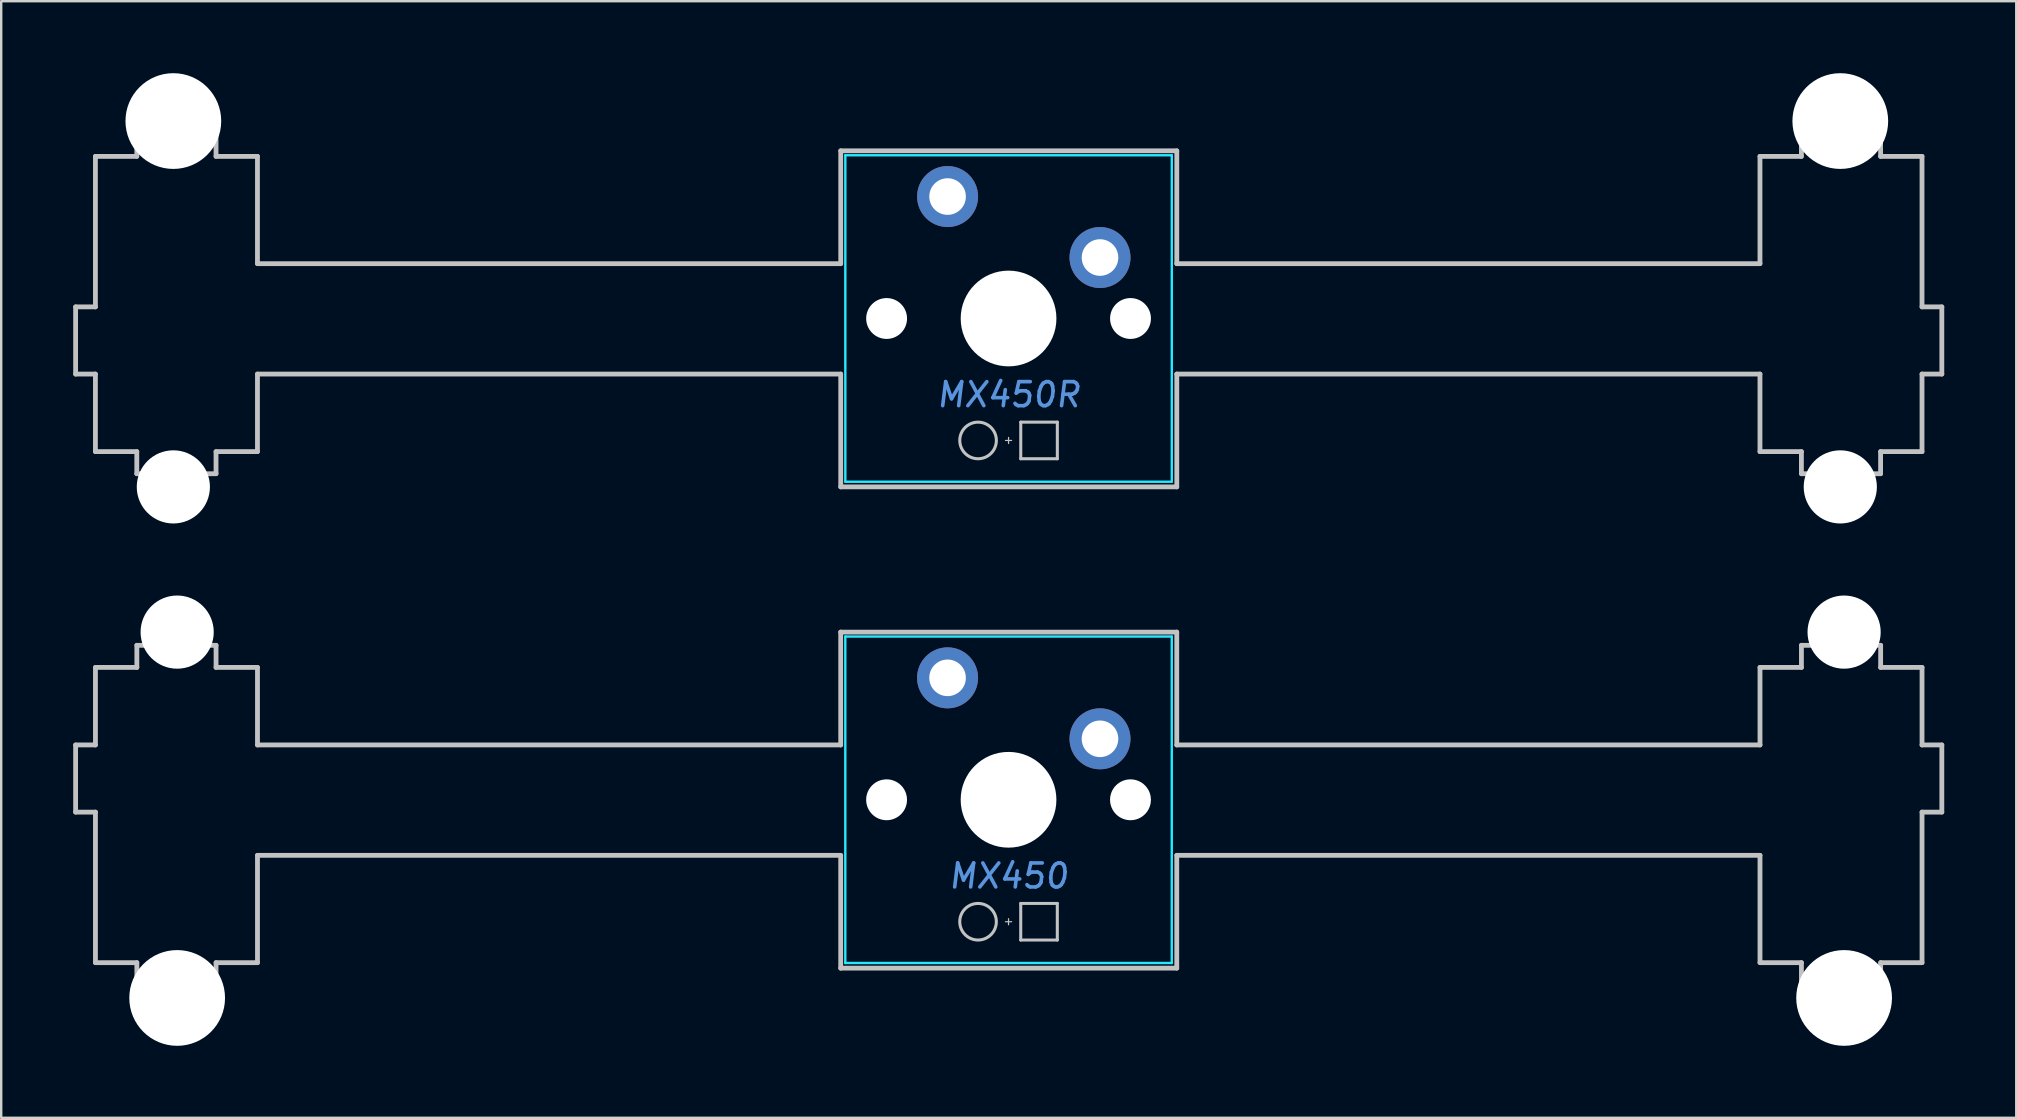
<source format=kicad_pcb>
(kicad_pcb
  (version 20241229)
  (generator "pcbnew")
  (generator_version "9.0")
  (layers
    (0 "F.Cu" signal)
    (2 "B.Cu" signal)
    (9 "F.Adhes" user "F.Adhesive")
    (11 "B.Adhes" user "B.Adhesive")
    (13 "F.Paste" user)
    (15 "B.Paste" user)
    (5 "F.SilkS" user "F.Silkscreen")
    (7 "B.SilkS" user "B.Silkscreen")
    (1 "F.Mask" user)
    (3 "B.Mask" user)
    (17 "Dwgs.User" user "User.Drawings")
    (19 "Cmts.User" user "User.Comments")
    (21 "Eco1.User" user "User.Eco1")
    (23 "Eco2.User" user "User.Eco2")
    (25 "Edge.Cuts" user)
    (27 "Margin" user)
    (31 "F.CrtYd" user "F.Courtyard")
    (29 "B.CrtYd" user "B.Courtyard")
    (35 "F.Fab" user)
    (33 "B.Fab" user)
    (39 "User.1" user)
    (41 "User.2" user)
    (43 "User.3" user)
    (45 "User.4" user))
  (footprint "MX450"
    (layer "F.Cu")
    (at 38.963 30.267)
    (property "Reference" "MX450" (at 0 3.175 0) (layer "Cmts.User") (effects (font (size 1 1) (thickness 0.15) (italic yes))))
    (attr through_hole)
    (fp_line (start -38.863 -2.284) (end -38.863 0.514) (stroke (width 0.2) (type solid)) (layer "Dwgs.User"))
    (fp_line (start -38.863 0.514) (end -38.037 0.514) (stroke (width 0.2) (type solid)) (layer "Dwgs.User"))
    (fp_line (start -38.037 -5.514) (end -38.037 -2.284) (stroke (width 0.2) (type solid)) (layer "Dwgs.User"))
    (fp_line (start -38.037 -2.284) (end -38.863 -2.284) (stroke (width 0.2) (type solid)) (layer "Dwgs.User"))
    (fp_line (start -38.037 0.514) (end -38.037 6.784) (stroke (width 0.2) (type solid)) (layer "Dwgs.User"))
    (fp_line (start -38.037 6.784) (end -36.312 6.784) (stroke (width 0.2) (type solid)) (layer "Dwgs.User"))
    (fp_line (start -36.312 -6.435) (end -36.312 -5.514) (stroke (width 0.2) (type solid)) (layer "Dwgs.User"))
    (fp_line (start -36.312 -5.514) (end -38.037 -5.514) (stroke (width 0.2) (type solid)) (layer "Dwgs.User"))
    (fp_line (start -36.312 6.784) (end -36.312 7.764) (stroke (width 0.2) (type solid)) (layer "Dwgs.User"))
    (fp_line (start -36.312 7.764) (end -33.013 7.764) (stroke (width 0.2) (type solid)) (layer "Dwgs.User"))
    (fp_line (start -33.013 -6.435) (end -36.312 -6.435) (stroke (width 0.2) (type solid)) (layer "Dwgs.User"))
    (fp_line (start -33.013 -5.514) (end -33.013 -6.435) (stroke (width 0.2) (type solid)) (layer "Dwgs.User"))
    (fp_line (start -33.013 6.784) (end -31.287 6.784) (stroke (width 0.2) (type solid)) (layer "Dwgs.User"))
    (fp_line (start -33.013 7.764) (end -33.013 6.784) (stroke (width 0.2) (type solid)) (layer "Dwgs.User"))
    (fp_line (start -31.287 -5.514) (end -33.013 -5.514) (stroke (width 0.2) (type solid)) (layer "Dwgs.User"))
    (fp_line (start -31.287 -2.284) (end -31.287 -5.514) (stroke (width 0.2) (type solid)) (layer "Dwgs.User"))
    (fp_line (start -31.287 2.315) (end -6.991 2.315) (stroke (width 0.2) (type solid)) (layer "Dwgs.User"))
    (fp_line (start -31.287 6.784) (end -31.287 2.315) (stroke (width 0.2) (type solid)) (layer "Dwgs.User"))
    (fp_line (start -6.991 -6.985) (end -6.991 -2.284) (stroke (width 0.2) (type solid)) (layer "Dwgs.User"))
    (fp_line (start -6.991 -2.284) (end -31.287 -2.284) (stroke (width 0.2) (type solid)) (layer "Dwgs.User"))
    (fp_line (start -6.991 2.315) (end -6.991 7.014) (stroke (width 0.2) (type solid)) (layer "Dwgs.User"))
    (fp_line (start -6.991 7.014) (end 7.008 7.014) (stroke (width 0.2) (type solid)) (layer "Dwgs.User"))
    (fp_line (start -0.127 5.08) (end 0.127 5.08) (stroke (width 0.051) (type solid)) (layer "Dwgs.User"))
    (fp_line (start 0 5.207) (end 0 4.953) (stroke (width 0.051) (type solid)) (layer "Dwgs.User"))
    (fp_line (start 0.508 4.318) (end 0.508 5.842) (stroke (width 0.127) (type solid)) (layer "Dwgs.User"))
    (fp_line (start 0.508 4.318) (end 2.032 4.318) (stroke (width 0.127) (type solid)) (layer "Dwgs.User"))
    (fp_line (start 0.508 5.842) (end 2.032 5.842) (stroke (width 0.127) (type solid)) (layer "Dwgs.User"))
    (fp_line (start 2.032 5.842) (end 2.032 4.318) (stroke (width 0.127) (type solid)) (layer "Dwgs.User"))
    (fp_line (start 7.008 -6.985) (end -6.991 -6.985) (stroke (width 0.2) (type solid)) (layer "Dwgs.User"))
    (fp_line (start 7.008 -2.284) (end 7.008 -6.985) (stroke (width 0.2) (type solid)) (layer "Dwgs.User"))
    (fp_line (start 7.008 2.315) (end 31.304 2.315) (stroke (width 0.2) (type solid)) (layer "Dwgs.User"))
    (fp_line (start 7.008 7.014) (end 7.008 2.315) (stroke (width 0.2) (type solid)) (layer "Dwgs.User"))
    (fp_line (start 31.304 -5.514) (end 31.304 -2.284) (stroke (width 0.2) (type solid)) (layer "Dwgs.User"))
    (fp_line (start 31.304 -2.284) (end 7.008 -2.284) (stroke (width 0.2) (type solid)) (layer "Dwgs.User"))
    (fp_line (start 31.304 2.315) (end 31.304 6.784) (stroke (width 0.2) (type solid)) (layer "Dwgs.User"))
    (fp_line (start 31.304 6.784) (end 33.03 6.784) (stroke (width 0.2) (type solid)) (layer "Dwgs.User"))
    (fp_line (start 33.03 -6.435) (end 33.03 -5.514) (stroke (width 0.2) (type solid)) (layer "Dwgs.User"))
    (fp_line (start 33.03 -5.514) (end 31.304 -5.514) (stroke (width 0.2) (type solid)) (layer "Dwgs.User"))
    (fp_line (start 33.03 6.784) (end 33.03 7.764) (stroke (width 0.2) (type solid)) (layer "Dwgs.User"))
    (fp_line (start 33.03 7.764) (end 36.33 7.764) (stroke (width 0.2) (type solid)) (layer "Dwgs.User"))
    (fp_line (start 36.33 -6.435) (end 33.03 -6.435) (stroke (width 0.2) (type solid)) (layer "Dwgs.User"))
    (fp_line (start 36.33 -5.514) (end 36.33 -6.435) (stroke (width 0.2) (type solid)) (layer "Dwgs.User"))
    (fp_line (start 36.33 6.784) (end 38.054 6.784) (stroke (width 0.2) (type solid)) (layer "Dwgs.User"))
    (fp_line (start 36.33 7.764) (end 36.33 6.784) (stroke (width 0.2) (type solid)) (layer "Dwgs.User"))
    (fp_line (start 38.054 -5.514) (end 36.33 -5.514) (stroke (width 0.2) (type solid)) (layer "Dwgs.User"))
    (fp_line (start 38.054 -2.284) (end 38.054 -5.514) (stroke (width 0.2) (type solid)) (layer "Dwgs.User"))
    (fp_line (start 38.054 0.514) (end 38.879 0.514) (stroke (width 0.2) (type solid)) (layer "Dwgs.User"))
    (fp_line (start 38.054 6.784) (end 38.054 0.514) (stroke (width 0.2) (type solid)) (layer "Dwgs.User"))
    (fp_line (start 38.879 -2.284) (end 38.054 -2.284) (stroke (width 0.2) (type solid)) (layer "Dwgs.User"))
    (fp_line (start 38.879 0.514) (end 38.879 -2.284) (stroke (width 0.2) (type solid)) (layer "Dwgs.User"))
    (fp_circle (center -1.27 5.08) (end -0.508 5.08) (stroke (width 0.127) (type solid)) (fill no) (layer "Dwgs.User"))
    (fp_line (start -6.8 -6.8) (end -6.8 6.8) (stroke (width 0.1) (type solid)) (layer "B.CrtYd"))
    (fp_line (start -6.8 -6.8) (end 6.8 -6.8) (stroke (width 0.1) (type solid)) (layer "B.CrtYd"))
    (fp_line (start -6.8 6.8) (end 6.8 6.8) (stroke (width 0.1) (type solid)) (layer "B.CrtYd"))
    (fp_line (start 6.8 6.8) (end 6.8 -6.8) (stroke (width 0.1) (type solid)) (layer "B.CrtYd"))
    (pad "" np_thru_hole circle (at -34.633 -6.985 180) (size 3.048 3.048) (drill 3.048) (layers "*.Cu" "*.Mask"))
    (pad "" np_thru_hole circle (at -34.633 8.255 180) (size 3.988 3.988) (drill 3.988) (layers "*.Cu" "*.Mask"))
    (pad "" np_thru_hole circle (at -5.08 0) (size 1.702 1.702) (drill 1.702) (layers "*.Cu" "*.Mask"))
    (pad "" connect circle (at -2.54 -5.08) (size 1.524 1.524) (layers "B.Mask"))
    (pad "" np_thru_hole circle (at 0 0) (size 3.988 3.988) (drill 3.988) (layers "*.Cu" "*.Mask"))
    (pad "" connect circle (at 3.81 -2.54) (size 1.524 1.524) (layers "B.Mask"))
    (pad "" np_thru_hole circle (at 5.08 0) (size 1.702 1.702) (drill 1.702) (layers "*.Cu" "*.Mask"))
    (pad "" np_thru_hole circle (at 34.808 -6.985 180) (size 3.048 3.048) (drill 3.048) (layers "*.Cu" "*.Mask"))
    (pad "" np_thru_hole circle (at 34.808 8.255 180) (size 3.988 3.988) (drill 3.988) (layers "*.Cu" "*.Mask"))
    (pad "1" thru_hole circle (at -2.54 -5.08) (size 2.54 2.54) (drill 1.524) (layers "*.Cu" "F.Mask"))
    (pad "2" thru_hole circle (at 3.81 -2.54) (size 2.54 2.54) (drill 1.524) (layers "*.Cu" "F.Mask")))
  (footprint "MX450R"
    (layer "F.Cu")
    (at 38.964 10.218)
    (property "Reference" "MX450R" (at 0 3.175 0) (layer "Cmts.User") (effects (font (size 1 1) (thickness 0.15) (italic yes))))
    (attr through_hole)
    (fp_line (start -38.864 -0.484) (end -38.864 2.315) (stroke (width 0.2) (type solid)) (layer "Dwgs.User"))
    (fp_line (start -38.864 2.315) (end -38.039 2.315) (stroke (width 0.2) (type solid)) (layer "Dwgs.User"))
    (fp_line (start -38.039 -6.754) (end -38.039 -0.484) (stroke (width 0.2) (type solid)) (layer "Dwgs.User"))
    (fp_line (start -38.039 -0.484) (end -38.864 -0.484) (stroke (width 0.2) (type solid)) (layer "Dwgs.User"))
    (fp_line (start -38.039 2.315) (end -38.039 5.545) (stroke (width 0.2) (type solid)) (layer "Dwgs.User"))
    (fp_line (start -38.039 5.545) (end -36.315 5.545) (stroke (width 0.2) (type solid)) (layer "Dwgs.User"))
    (fp_line (start -36.315 -7.734) (end -36.315 -6.754) (stroke (width 0.2) (type solid)) (layer "Dwgs.User"))
    (fp_line (start -36.315 -6.754) (end -38.039 -6.754) (stroke (width 0.2) (type solid)) (layer "Dwgs.User"))
    (fp_line (start -36.315 5.545) (end -36.315 6.466) (stroke (width 0.2) (type solid)) (layer "Dwgs.User"))
    (fp_line (start -36.315 6.466) (end -33.015 6.466) (stroke (width 0.2) (type solid)) (layer "Dwgs.User"))
    (fp_line (start -33.015 -7.734) (end -36.315 -7.734) (stroke (width 0.2) (type solid)) (layer "Dwgs.User"))
    (fp_line (start -33.015 -6.754) (end -33.015 -7.734) (stroke (width 0.2) (type solid)) (layer "Dwgs.User"))
    (fp_line (start -33.015 5.545) (end -31.289 5.545) (stroke (width 0.2) (type solid)) (layer "Dwgs.User"))
    (fp_line (start -33.015 6.466) (end -33.015 5.545) (stroke (width 0.2) (type solid)) (layer "Dwgs.User"))
    (fp_line (start -31.289 -6.754) (end -33.015 -6.754) (stroke (width 0.2) (type solid)) (layer "Dwgs.User"))
    (fp_line (start -31.289 -2.285) (end -31.289 -6.754) (stroke (width 0.2) (type solid)) (layer "Dwgs.User"))
    (fp_line (start -31.289 2.315) (end -6.993 2.315) (stroke (width 0.2) (type solid)) (layer "Dwgs.User"))
    (fp_line (start -31.289 5.545) (end -31.289 2.315) (stroke (width 0.2) (type solid)) (layer "Dwgs.User"))
    (fp_line (start -6.993 -2.285) (end -31.289 -2.285) (stroke (width 0.2) (type solid)) (layer "Dwgs.User"))
    (fp_line (start -6.991 -6.985) (end -6.991 -2.284) (stroke (width 0.2) (type solid)) (layer "Dwgs.User"))
    (fp_line (start -6.991 2.315) (end -6.991 7.014) (stroke (width 0.2) (type solid)) (layer "Dwgs.User"))
    (fp_line (start -6.991 7.014) (end 7.008 7.014) (stroke (width 0.2) (type solid)) (layer "Dwgs.User"))
    (fp_line (start -0.127 5.08) (end 0.127 5.08) (stroke (width 0.051) (type solid)) (layer "Dwgs.User"))
    (fp_line (start 0 5.207) (end 0 4.953) (stroke (width 0.051) (type solid)) (layer "Dwgs.User"))
    (fp_line (start 0.508 4.318) (end 0.508 5.842) (stroke (width 0.127) (type solid)) (layer "Dwgs.User"))
    (fp_line (start 0.508 4.318) (end 2.032 4.318) (stroke (width 0.127) (type solid)) (layer "Dwgs.User"))
    (fp_line (start 0.508 5.842) (end 2.032 5.842) (stroke (width 0.127) (type solid)) (layer "Dwgs.User"))
    (fp_line (start 2.032 5.842) (end 2.032 4.318) (stroke (width 0.127) (type solid)) (layer "Dwgs.User"))
    (fp_line (start 7.006 2.315) (end 31.302 2.315) (stroke (width 0.2) (type solid)) (layer "Dwgs.User"))
    (fp_line (start 7.008 -6.985) (end -6.991 -6.985) (stroke (width 0.2) (type solid)) (layer "Dwgs.User"))
    (fp_line (start 7.008 -2.284) (end 7.008 -6.985) (stroke (width 0.2) (type solid)) (layer "Dwgs.User"))
    (fp_line (start 7.008 7.014) (end 7.008 2.315) (stroke (width 0.2) (type solid)) (layer "Dwgs.User"))
    (fp_line (start 31.302 -6.754) (end 31.302 -2.285) (stroke (width 0.2) (type solid)) (layer "Dwgs.User"))
    (fp_line (start 31.302 -2.285) (end 7.006 -2.285) (stroke (width 0.2) (type solid)) (layer "Dwgs.User"))
    (fp_line (start 31.302 2.315) (end 31.302 5.545) (stroke (width 0.2) (type solid)) (layer "Dwgs.User"))
    (fp_line (start 31.302 5.545) (end 33.028 5.545) (stroke (width 0.2) (type solid)) (layer "Dwgs.User"))
    (fp_line (start 33.028 -7.734) (end 33.028 -6.754) (stroke (width 0.2) (type solid)) (layer "Dwgs.User"))
    (fp_line (start 33.028 -6.754) (end 31.302 -6.754) (stroke (width 0.2) (type solid)) (layer "Dwgs.User"))
    (fp_line (start 33.028 5.545) (end 33.028 6.466) (stroke (width 0.2) (type solid)) (layer "Dwgs.User"))
    (fp_line (start 33.028 6.466) (end 36.327 6.466) (stroke (width 0.2) (type solid)) (layer "Dwgs.User"))
    (fp_line (start 36.327 -7.734) (end 33.028 -7.734) (stroke (width 0.2) (type solid)) (layer "Dwgs.User"))
    (fp_line (start 36.327 -6.754) (end 36.327 -7.734) (stroke (width 0.2) (type solid)) (layer "Dwgs.User"))
    (fp_line (start 36.327 5.545) (end 38.052 5.545) (stroke (width 0.2) (type solid)) (layer "Dwgs.User"))
    (fp_line (start 36.327 6.466) (end 36.327 5.545) (stroke (width 0.2) (type solid)) (layer "Dwgs.User"))
    (fp_line (start 38.052 -6.754) (end 36.327 -6.754) (stroke (width 0.2) (type solid)) (layer "Dwgs.User"))
    (fp_line (start 38.052 -0.484) (end 38.052 -6.754) (stroke (width 0.2) (type solid)) (layer "Dwgs.User"))
    (fp_line (start 38.052 2.315) (end 38.878 2.315) (stroke (width 0.2) (type solid)) (layer "Dwgs.User"))
    (fp_line (start 38.052 5.545) (end 38.052 2.315) (stroke (width 0.2) (type solid)) (layer "Dwgs.User"))
    (fp_line (start 38.878 -0.484) (end 38.052 -0.484) (stroke (width 0.2) (type solid)) (layer "Dwgs.User"))
    (fp_line (start 38.878 2.315) (end 38.878 -0.484) (stroke (width 0.2) (type solid)) (layer "Dwgs.User"))
    (fp_circle (center -1.27 5.08) (end -0.508 5.08) (stroke (width 0.127) (type solid)) (fill no) (layer "Dwgs.User"))
    (fp_line (start -6.8 -6.8) (end -6.8 6.8) (stroke (width 0.1) (type solid)) (layer "B.CrtYd"))
    (fp_line (start -6.8 -6.8) (end 6.8 -6.8) (stroke (width 0.1) (type solid)) (layer "B.CrtYd"))
    (fp_line (start -6.8 6.8) (end 6.8 6.8) (stroke (width 0.1) (type solid)) (layer "B.CrtYd"))
    (fp_line (start 6.8 6.8) (end 6.8 -6.8) (stroke (width 0.1) (type solid)) (layer "B.CrtYd"))
    (pad "" np_thru_hole circle (at -34.793 -8.225) (size 3.988 3.988) (drill 3.988) (layers "*.Cu" "*.Mask"))
    (pad "" np_thru_hole circle (at -34.793 7.015) (size 3.048 3.048) (drill 3.048) (layers "*.Cu" "*.Mask"))
    (pad "" np_thru_hole circle (at -5.08 0) (size 1.702 1.702) (drill 1.702) (layers "*.Cu" "*.Mask"))
    (pad "" connect circle (at -2.54 -5.08) (size 1.524 1.524) (layers "B.Mask"))
    (pad "" np_thru_hole circle (at 0 0) (size 3.988 3.988) (drill 3.988) (layers "*.Cu" "*.Mask"))
    (pad "" connect circle (at 3.81 -2.54) (size 1.524 1.524) (layers "B.Mask"))
    (pad "" np_thru_hole circle (at 5.08 0) (size 1.702 1.702) (drill 1.702) (layers "*.Cu" "*.Mask"))
    (pad "" np_thru_hole circle (at 34.648 -8.225) (size 3.988 3.988) (drill 3.988) (layers "*.Cu" "*.Mask"))
    (pad "" np_thru_hole circle (at 34.648 7.015) (size 3.048 3.048) (drill 3.048) (layers "*.Cu" "*.Mask"))
    (pad "1" thru_hole circle (at -2.54 -5.08) (size 2.54 2.54) (drill 1.524) (layers "*.Cu" "F.Mask"))
    (pad "2" thru_hole circle (at 3.81 -2.54) (size 2.54 2.54) (drill 1.524) (layers "*.Cu" "F.Mask")))
  (gr_rect
    (start -3 -3)
    (end 80.942 43.516)
    (stroke (width 0.1) (type default))
    (fill no)
    (layer "Edge.Cuts")))
</source>
